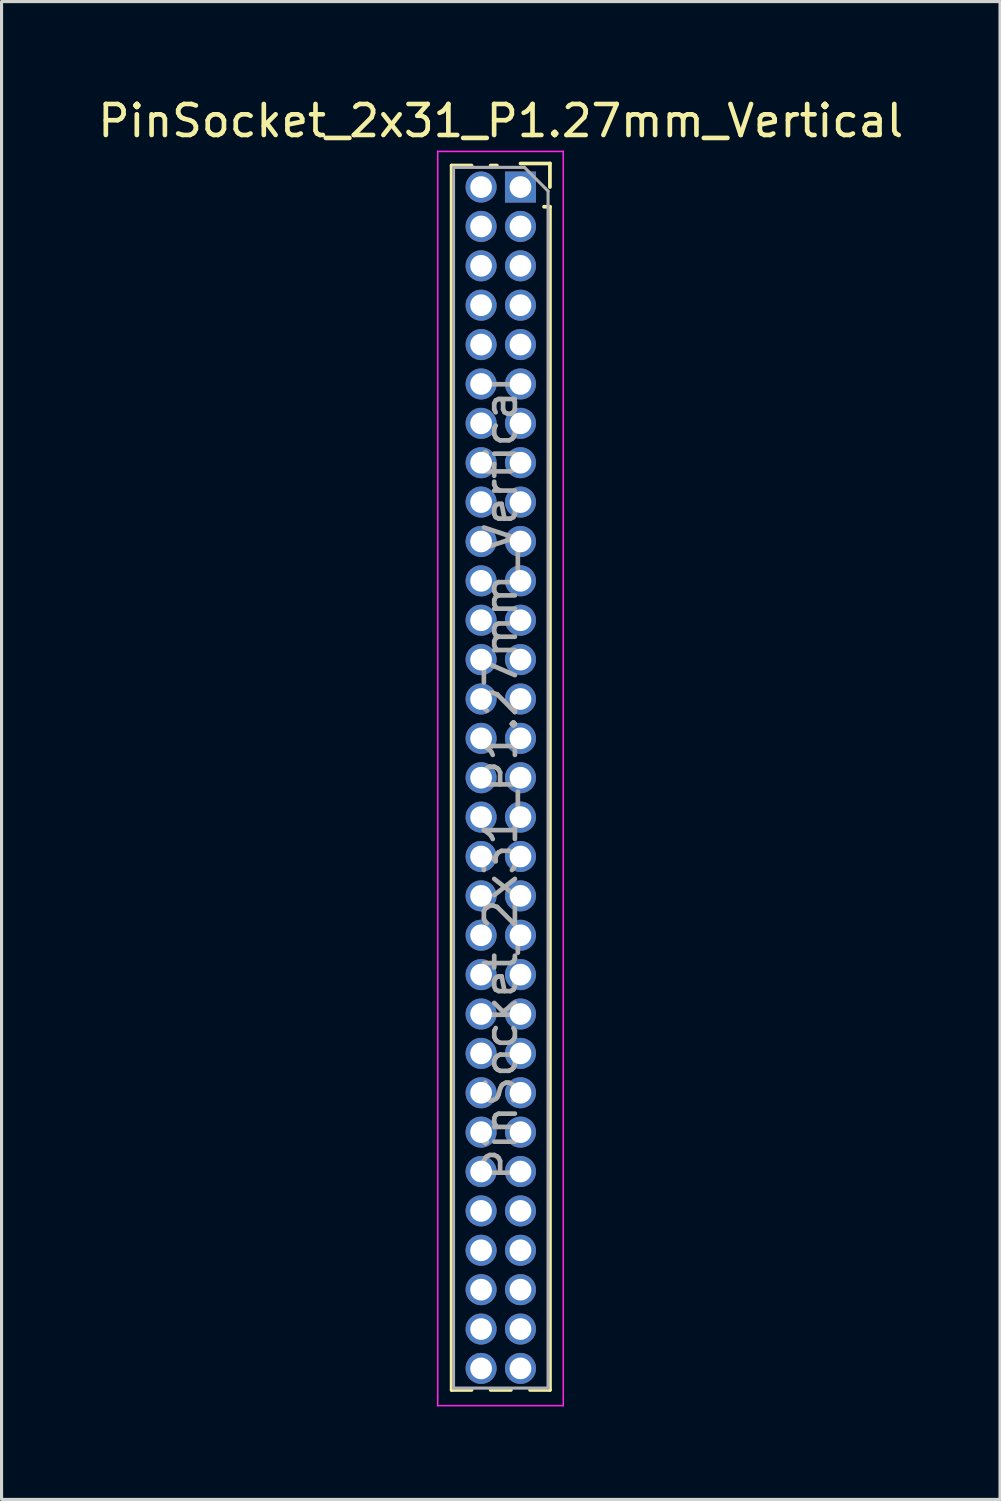
<source format=kicad_pcb>
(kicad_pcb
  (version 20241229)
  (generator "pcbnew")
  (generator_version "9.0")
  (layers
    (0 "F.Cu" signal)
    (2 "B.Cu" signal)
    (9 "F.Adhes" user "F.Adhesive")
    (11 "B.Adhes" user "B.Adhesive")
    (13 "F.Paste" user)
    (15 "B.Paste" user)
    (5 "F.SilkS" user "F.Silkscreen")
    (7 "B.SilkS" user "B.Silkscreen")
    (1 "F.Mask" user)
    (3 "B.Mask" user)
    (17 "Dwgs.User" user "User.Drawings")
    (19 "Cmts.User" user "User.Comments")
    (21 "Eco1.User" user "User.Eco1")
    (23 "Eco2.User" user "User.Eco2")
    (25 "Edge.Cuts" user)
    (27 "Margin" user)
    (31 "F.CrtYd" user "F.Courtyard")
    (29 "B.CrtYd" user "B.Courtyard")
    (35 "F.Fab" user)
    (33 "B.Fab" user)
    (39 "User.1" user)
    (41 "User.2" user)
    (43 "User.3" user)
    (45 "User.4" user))
  (footprint "PinSocket_2x31_P1.27mm_Vertical"
    (layer "F.Cu")
    (at 13.736 2.983)
    (property "Reference" "PinSocket_2x31_P1.27mm_Vertical" (at -0.635 -2.135 0) (layer "F.SilkS") (effects (font (size 1 1) (thickness 0.15))))
    (attr through_hole)
    (fp_line (start -2.22 -0.695) (end -2.22 38.795) (stroke (width 0.12) (type solid)) (layer "F.SilkS"))
    (fp_line (start -2.22 -0.695) (end -1.578 -0.695) (stroke (width 0.12) (type solid)) (layer "F.SilkS"))
    (fp_line (start -2.22 38.795) (end -1.578 38.795) (stroke (width 0.12) (type solid)) (layer "F.SilkS"))
    (fp_line (start -0.962 -0.695) (end -0.76 -0.695) (stroke (width 0.12) (type solid)) (layer "F.SilkS"))
    (fp_line (start -0.962 38.795) (end -0.308 38.795) (stroke (width 0.12) (type solid)) (layer "F.SilkS"))
    (fp_line (start 0 -0.76) (end 0.95 -0.76) (stroke (width 0.12) (type solid)) (layer "F.SilkS"))
    (fp_line (start 0.308 38.795) (end 0.95 38.795) (stroke (width 0.12) (type solid)) (layer "F.SilkS"))
    (fp_line (start 0.76 0.635) (end 0.95 0.635) (stroke (width 0.12) (type solid)) (layer "F.SilkS"))
    (fp_line (start 0.95 -0.76) (end 0.95 0) (stroke (width 0.12) (type solid)) (layer "F.SilkS"))
    (fp_line (start 0.95 0.635) (end 0.95 38.795) (stroke (width 0.12) (type solid)) (layer "F.SilkS"))
    (fp_line (start -2.67 -1.15) (end 1.38 -1.15) (stroke (width 0.05) (type solid)) (layer "F.CrtYd"))
    (fp_line (start -2.67 39.3) (end -2.67 -1.15) (stroke (width 0.05) (type solid)) (layer "F.CrtYd"))
    (fp_line (start 1.38 -1.15) (end 1.38 39.3) (stroke (width 0.05) (type solid)) (layer "F.CrtYd"))
    (fp_line (start 1.38 39.3) (end -2.67 39.3) (stroke (width 0.05) (type solid)) (layer "F.CrtYd"))
    (fp_line (start -2.16 -0.635) (end 0.128 -0.635) (stroke (width 0.1) (type solid)) (layer "F.Fab"))
    (fp_line (start -2.16 38.735) (end -2.16 -0.635) (stroke (width 0.1) (type solid)) (layer "F.Fab"))
    (fp_line (start 0.128 -0.635) (end 0.89 0.128) (stroke (width 0.1) (type solid)) (layer "F.Fab"))
    (fp_line (start 0.89 0.128) (end 0.89 38.735) (stroke (width 0.1) (type solid)) (layer "F.Fab"))
    (fp_line (start 0.89 38.735) (end -2.16 38.735) (stroke (width 0.1) (type solid)) (layer "F.Fab"))
    (fp_text user "${REFERENCE}" (at -0.635 19.05 90) (layer "F.Fab") (effects (font (size 1 1) (thickness 0.15))))
    (pad "1" thru_hole rect (at 0 0) (size 1 1) (drill 0.7) (layers "*.Cu" "*.Mask"))
    (pad "2" thru_hole oval (at -1.27 0) (size 1 1) (drill 0.7) (layers "*.Cu" "*.Mask"))
    (pad "3" thru_hole oval (at 0 1.27) (size 1 1) (drill 0.7) (layers "*.Cu" "*.Mask"))
    (pad "4" thru_hole oval (at -1.27 1.27) (size 1 1) (drill 0.7) (layers "*.Cu" "*.Mask"))
    (pad "5" thru_hole oval (at 0 2.54) (size 1 1) (drill 0.7) (layers "*.Cu" "*.Mask"))
    (pad "6" thru_hole oval (at -1.27 2.54) (size 1 1) (drill 0.7) (layers "*.Cu" "*.Mask"))
    (pad "7" thru_hole oval (at 0 3.81) (size 1 1) (drill 0.7) (layers "*.Cu" "*.Mask"))
    (pad "8" thru_hole oval (at -1.27 3.81) (size 1 1) (drill 0.7) (layers "*.Cu" "*.Mask"))
    (pad "9" thru_hole oval (at 0 5.08) (size 1 1) (drill 0.7) (layers "*.Cu" "*.Mask"))
    (pad "10" thru_hole oval (at -1.27 5.08) (size 1 1) (drill 0.7) (layers "*.Cu" "*.Mask"))
    (pad "11" thru_hole oval (at 0 6.35) (size 1 1) (drill 0.7) (layers "*.Cu" "*.Mask"))
    (pad "12" thru_hole oval (at -1.27 6.35) (size 1 1) (drill 0.7) (layers "*.Cu" "*.Mask"))
    (pad "13" thru_hole oval (at 0 7.62) (size 1 1) (drill 0.7) (layers "*.Cu" "*.Mask"))
    (pad "14" thru_hole oval (at -1.27 7.62) (size 1 1) (drill 0.7) (layers "*.Cu" "*.Mask"))
    (pad "15" thru_hole oval (at 0 8.89) (size 1 1) (drill 0.7) (layers "*.Cu" "*.Mask"))
    (pad "16" thru_hole oval (at -1.27 8.89) (size 1 1) (drill 0.7) (layers "*.Cu" "*.Mask"))
    (pad "17" thru_hole oval (at 0 10.16) (size 1 1) (drill 0.7) (layers "*.Cu" "*.Mask"))
    (pad "18" thru_hole oval (at -1.27 10.16) (size 1 1) (drill 0.7) (layers "*.Cu" "*.Mask"))
    (pad "19" thru_hole oval (at 0 11.43) (size 1 1) (drill 0.7) (layers "*.Cu" "*.Mask"))
    (pad "20" thru_hole oval (at -1.27 11.43) (size 1 1) (drill 0.7) (layers "*.Cu" "*.Mask"))
    (pad "21" thru_hole oval (at 0 12.7) (size 1 1) (drill 0.7) (layers "*.Cu" "*.Mask"))
    (pad "22" thru_hole oval (at -1.27 12.7) (size 1 1) (drill 0.7) (layers "*.Cu" "*.Mask"))
    (pad "23" thru_hole oval (at 0 13.97) (size 1 1) (drill 0.7) (layers "*.Cu" "*.Mask"))
    (pad "24" thru_hole oval (at -1.27 13.97) (size 1 1) (drill 0.7) (layers "*.Cu" "*.Mask"))
    (pad "25" thru_hole oval (at 0 15.24) (size 1 1) (drill 0.7) (layers "*.Cu" "*.Mask"))
    (pad "26" thru_hole oval (at -1.27 15.24) (size 1 1) (drill 0.7) (layers "*.Cu" "*.Mask"))
    (pad "27" thru_hole oval (at 0 16.51) (size 1 1) (drill 0.7) (layers "*.Cu" "*.Mask"))
    (pad "28" thru_hole oval (at -1.27 16.51) (size 1 1) (drill 0.7) (layers "*.Cu" "*.Mask"))
    (pad "29" thru_hole oval (at 0 17.78) (size 1 1) (drill 0.7) (layers "*.Cu" "*.Mask"))
    (pad "30" thru_hole oval (at -1.27 17.78) (size 1 1) (drill 0.7) (layers "*.Cu" "*.Mask"))
    (pad "31" thru_hole oval (at 0 19.05) (size 1 1) (drill 0.7) (layers "*.Cu" "*.Mask"))
    (pad "32" thru_hole oval (at -1.27 19.05) (size 1 1) (drill 0.7) (layers "*.Cu" "*.Mask"))
    (pad "33" thru_hole oval (at 0 20.32) (size 1 1) (drill 0.7) (layers "*.Cu" "*.Mask"))
    (pad "34" thru_hole oval (at -1.27 20.32) (size 1 1) (drill 0.7) (layers "*.Cu" "*.Mask"))
    (pad "35" thru_hole oval (at 0 21.59) (size 1 1) (drill 0.7) (layers "*.Cu" "*.Mask"))
    (pad "36" thru_hole oval (at -1.27 21.59) (size 1 1) (drill 0.7) (layers "*.Cu" "*.Mask"))
    (pad "37" thru_hole oval (at 0 22.86) (size 1 1) (drill 0.7) (layers "*.Cu" "*.Mask"))
    (pad "38" thru_hole oval (at -1.27 22.86) (size 1 1) (drill 0.7) (layers "*.Cu" "*.Mask"))
    (pad "39" thru_hole oval (at 0 24.13) (size 1 1) (drill 0.7) (layers "*.Cu" "*.Mask"))
    (pad "40" thru_hole oval (at -1.27 24.13) (size 1 1) (drill 0.7) (layers "*.Cu" "*.Mask"))
    (pad "41" thru_hole oval (at 0 25.4) (size 1 1) (drill 0.7) (layers "*.Cu" "*.Mask"))
    (pad "42" thru_hole oval (at -1.27 25.4) (size 1 1) (drill 0.7) (layers "*.Cu" "*.Mask"))
    (pad "43" thru_hole oval (at 0 26.67) (size 1 1) (drill 0.7) (layers "*.Cu" "*.Mask"))
    (pad "44" thru_hole oval (at -1.27 26.67) (size 1 1) (drill 0.7) (layers "*.Cu" "*.Mask"))
    (pad "45" thru_hole oval (at 0 27.94) (size 1 1) (drill 0.7) (layers "*.Cu" "*.Mask"))
    (pad "46" thru_hole oval (at -1.27 27.94) (size 1 1) (drill 0.7) (layers "*.Cu" "*.Mask"))
    (pad "47" thru_hole oval (at 0 29.21) (size 1 1) (drill 0.7) (layers "*.Cu" "*.Mask"))
    (pad "48" thru_hole oval (at -1.27 29.21) (size 1 1) (drill 0.7) (layers "*.Cu" "*.Mask"))
    (pad "49" thru_hole oval (at 0 30.48) (size 1 1) (drill 0.7) (layers "*.Cu" "*.Mask"))
    (pad "50" thru_hole oval (at -1.27 30.48) (size 1 1) (drill 0.7) (layers "*.Cu" "*.Mask"))
    (pad "51" thru_hole oval (at 0 31.75) (size 1 1) (drill 0.7) (layers "*.Cu" "*.Mask"))
    (pad "52" thru_hole oval (at -1.27 31.75) (size 1 1) (drill 0.7) (layers "*.Cu" "*.Mask"))
    (pad "53" thru_hole oval (at 0 33.02) (size 1 1) (drill 0.7) (layers "*.Cu" "*.Mask"))
    (pad "54" thru_hole oval (at -1.27 33.02) (size 1 1) (drill 0.7) (layers "*.Cu" "*.Mask"))
    (pad "55" thru_hole oval (at 0 34.29) (size 1 1) (drill 0.7) (layers "*.Cu" "*.Mask"))
    (pad "56" thru_hole oval (at -1.27 34.29) (size 1 1) (drill 0.7) (layers "*.Cu" "*.Mask"))
    (pad "57" thru_hole oval (at 0 35.56) (size 1 1) (drill 0.7) (layers "*.Cu" "*.Mask"))
    (pad "58" thru_hole oval (at -1.27 35.56) (size 1 1) (drill 0.7) (layers "*.Cu" "*.Mask"))
    (pad "59" thru_hole oval (at 0 36.83) (size 1 1) (drill 0.7) (layers "*.Cu" "*.Mask"))
    (pad "60" thru_hole oval (at -1.27 36.83) (size 1 1) (drill 0.7) (layers "*.Cu" "*.Mask"))
    (pad "61" thru_hole oval (at 0 38.1) (size 1 1) (drill 0.7) (layers "*.Cu" "*.Mask"))
    (pad "62" thru_hole oval (at -1.27 38.1) (size 1 1) (drill 0.7) (layers "*.Cu" "*.Mask")))
  (gr_rect
    (start -3 -3)
    (end 29.202 45.308)
    (stroke (width 0.1) (type default))
    (fill no)
    (layer "Edge.Cuts")))
</source>
